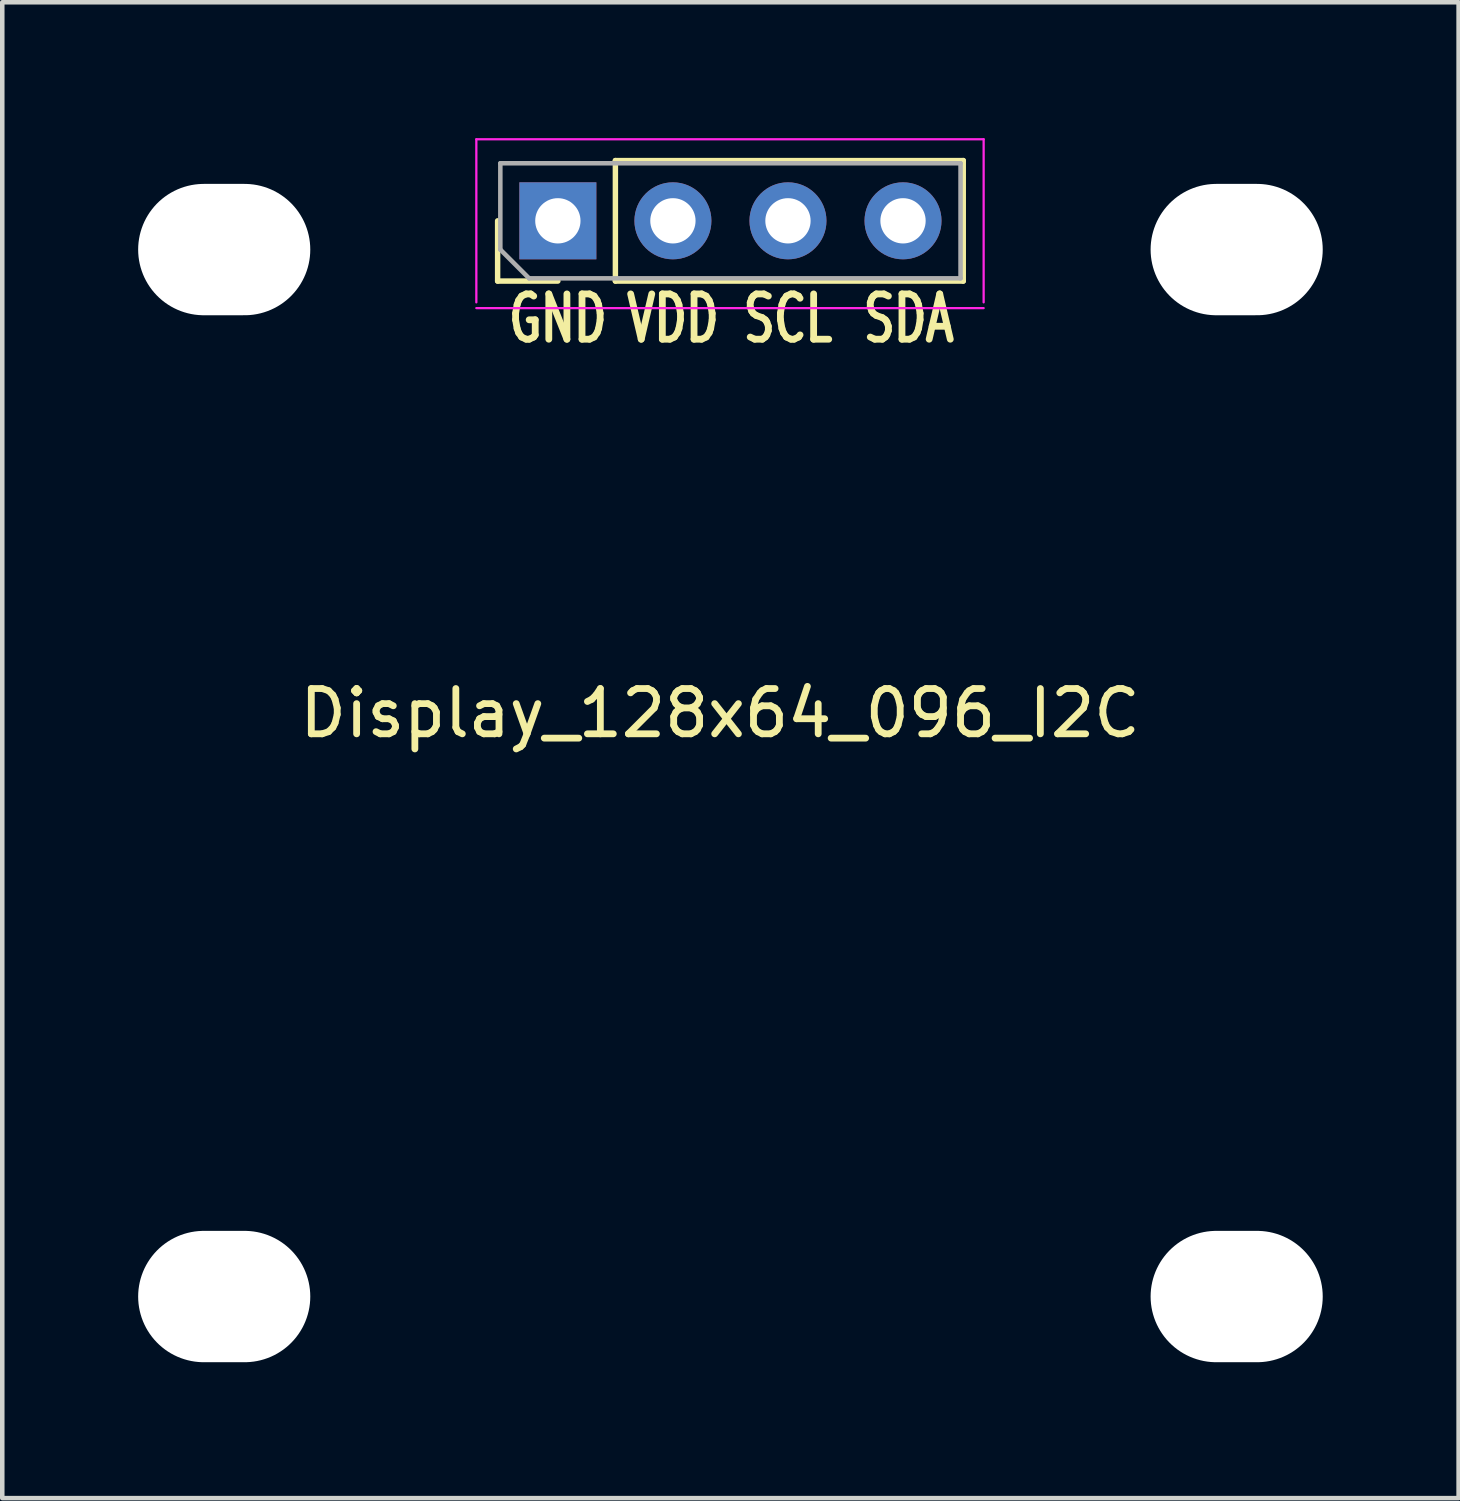
<source format=kicad_pcb>
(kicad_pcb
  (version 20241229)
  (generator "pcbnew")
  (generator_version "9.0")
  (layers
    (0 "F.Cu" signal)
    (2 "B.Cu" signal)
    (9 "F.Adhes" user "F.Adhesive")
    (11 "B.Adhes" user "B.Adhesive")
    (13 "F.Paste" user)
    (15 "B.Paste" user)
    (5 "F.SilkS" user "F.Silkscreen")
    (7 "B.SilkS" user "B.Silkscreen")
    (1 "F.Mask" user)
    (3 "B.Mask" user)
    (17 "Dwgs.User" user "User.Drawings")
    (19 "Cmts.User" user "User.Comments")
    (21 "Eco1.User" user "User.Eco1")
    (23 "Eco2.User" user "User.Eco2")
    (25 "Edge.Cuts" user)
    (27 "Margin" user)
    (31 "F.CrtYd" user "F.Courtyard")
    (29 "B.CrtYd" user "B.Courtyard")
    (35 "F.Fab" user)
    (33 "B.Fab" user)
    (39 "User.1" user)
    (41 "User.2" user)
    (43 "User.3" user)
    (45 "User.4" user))
  (footprint "Display_128x64_096_I2C"
    (layer "F.Cu")
    (at 13.076 1.825)
    (property "Reference" "Display_128x64_096_I2C" (at -0.229 10.871 0) (layer "F.SilkS") (effects (font (size 1 1) (thickness 0.15))))
    (attr through_hole)
    (fp_line (start -5.14 1.33) (end -5.14 0) (stroke (width 0.12) (type solid)) (layer "F.SilkS"))
    (fp_line (start -3.81 1.33) (end -5.14 1.33) (stroke (width 0.12) (type solid)) (layer "F.SilkS"))
    (fp_line (start -2.54 -1.33) (end 5.14 -1.33) (stroke (width 0.12) (type solid)) (layer "F.SilkS"))
    (fp_line (start -2.54 1.33) (end -2.54 -1.33) (stroke (width 0.12) (type solid)) (layer "F.SilkS"))
    (fp_line (start -2.54 1.33) (end 5.14 1.33) (stroke (width 0.12) (type solid)) (layer "F.SilkS"))
    (fp_line (start 5.14 1.33) (end 5.14 -1.33) (stroke (width 0.12) (type solid)) (layer "F.SilkS"))
    (fp_line (start -5.61 -1.8) (end -5.61 1.8) (stroke (width 0.05) (type solid)) (layer "F.CrtYd"))
    (fp_line (start -5.61 1.927) (end 5.59 1.927) (stroke (width 0.05) (type solid)) (layer "F.CrtYd"))
    (fp_line (start 5.59 -1.8) (end -5.61 -1.8) (stroke (width 0.05) (type solid)) (layer "F.CrtYd"))
    (fp_line (start 5.59 1.8) (end 5.59 -1.8) (stroke (width 0.05) (type solid)) (layer "F.CrtYd"))
    (fp_line (start -5.08 -1.27) (end 5.08 -1.27) (stroke (width 0.1) (type solid)) (layer "F.Fab"))
    (fp_line (start -5.08 0.635) (end -5.08 -1.27) (stroke (width 0.1) (type solid)) (layer "F.Fab"))
    (fp_line (start -4.445 1.27) (end -5.08 0.635) (stroke (width 0.1) (type solid)) (layer "F.Fab"))
    (fp_line (start 5.08 -1.27) (end 5.08 1.27) (stroke (width 0.1) (type solid)) (layer "F.Fab"))
    (fp_line (start 5.08 1.27) (end -4.445 1.27) (stroke (width 0.1) (type solid)) (layer "F.Fab"))
    (fp_text user "SDA" (at 3.937 2.159 0) (layer "F.SilkS") (effects (font (size 1 0.7) (thickness 0.15))))
    (fp_text user "VDD" (at -1.27 2.159 0) (layer "F.SilkS") (effects (font (size 1 0.7) (thickness 0.15))))
    (fp_text user "SCL" (at 1.27 2.159 0) (layer "F.SilkS") (effects (font (size 1 0.7) (thickness 0.15))))
    (fp_text user "GND" (at -3.81 2.159 0) (layer "F.SilkS") (effects (font (size 1 0.7) (thickness 0.15))))
    (pad "" np_thru_hole oval (at -11.176 0.635) (size 3.8 2.9) (drill oval 3.8 2.9) (layers "*.Cu" "*.Mask"))
    (pad "" np_thru_hole oval (at -11.176 23.749) (size 3.8 2.9) (drill oval 3.8 2.9) (layers "*.Cu" "*.Mask"))
    (pad "" np_thru_hole oval (at 11.176 0.635) (size 3.8 2.9) (drill oval 3.8 2.9) (layers "*.Cu" "*.Mask"))
    (pad "" np_thru_hole oval (at 11.176 23.749) (size 3.8 2.9) (drill oval 3.8 2.9) (layers "*.Cu" "*.Mask"))
    (pad "1" thru_hole rect (at -3.81 0 90) (size 1.7 1.7) (drill 1) (layers "*.Cu" "*.Mask"))
    (pad "2" thru_hole oval (at -1.27 0 90) (size 1.7 1.7) (drill 1) (layers "*.Cu" "*.Mask"))
    (pad "3" thru_hole oval (at 1.27 0 90) (size 1.7 1.7) (drill 1) (layers "*.Cu" "*.Mask"))
    (pad "4" thru_hole oval (at 3.81 0 90) (size 1.7 1.7) (drill 1) (layers "*.Cu" "*.Mask")))
  (gr_rect
    (start -3 -3)
    (end 29.152 30.024)
    (stroke (width 0.1) (type default))
    (fill no)
    (layer "Edge.Cuts")))
</source>
